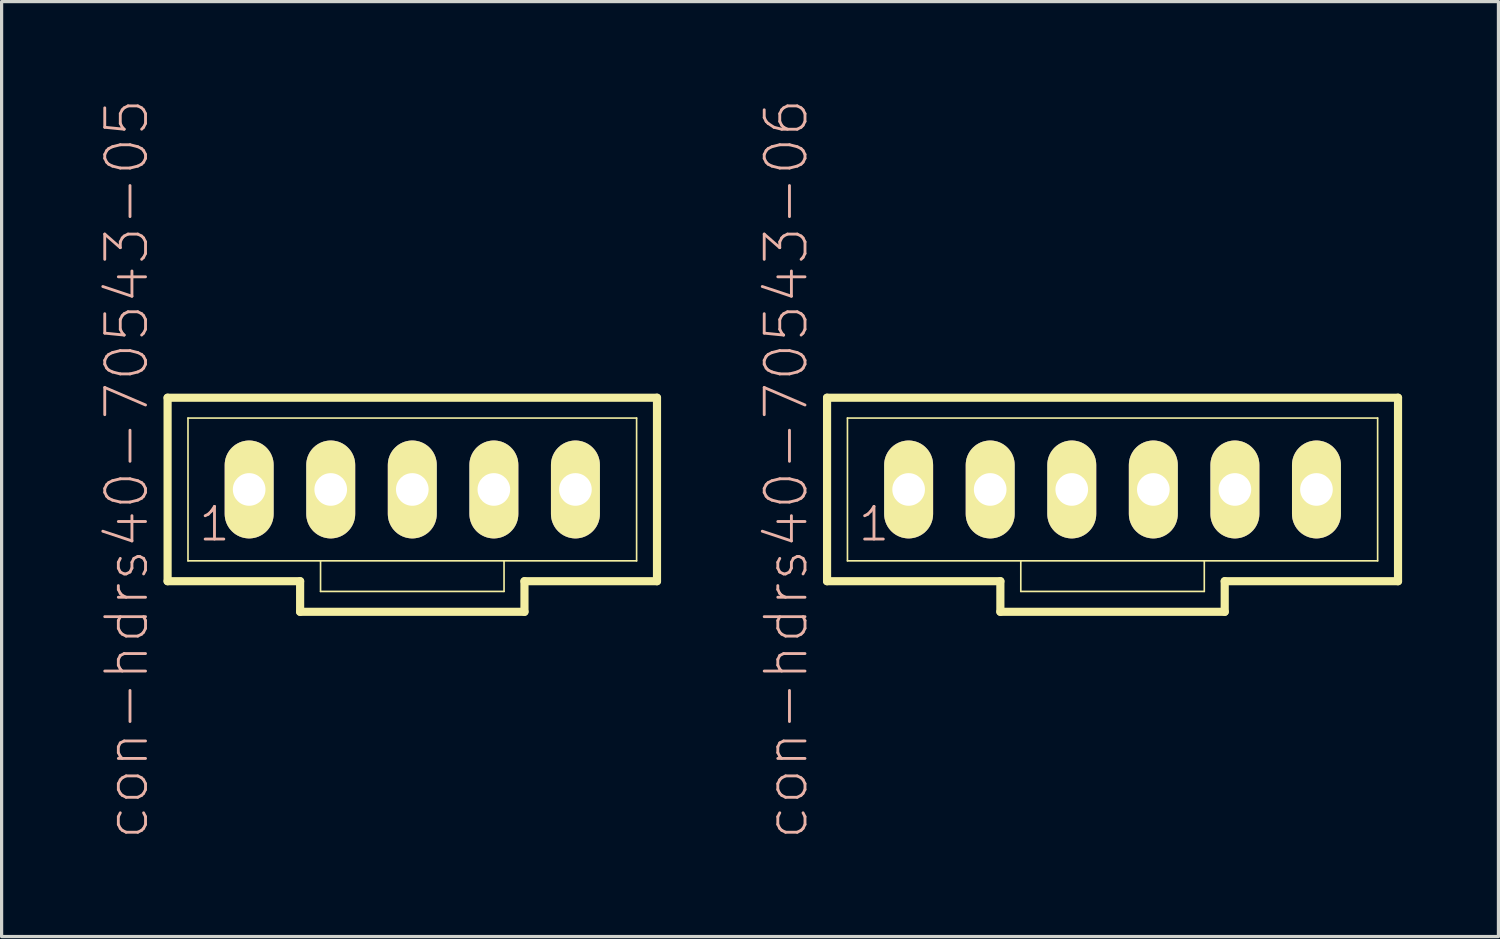
<source format=kicad_pcb>
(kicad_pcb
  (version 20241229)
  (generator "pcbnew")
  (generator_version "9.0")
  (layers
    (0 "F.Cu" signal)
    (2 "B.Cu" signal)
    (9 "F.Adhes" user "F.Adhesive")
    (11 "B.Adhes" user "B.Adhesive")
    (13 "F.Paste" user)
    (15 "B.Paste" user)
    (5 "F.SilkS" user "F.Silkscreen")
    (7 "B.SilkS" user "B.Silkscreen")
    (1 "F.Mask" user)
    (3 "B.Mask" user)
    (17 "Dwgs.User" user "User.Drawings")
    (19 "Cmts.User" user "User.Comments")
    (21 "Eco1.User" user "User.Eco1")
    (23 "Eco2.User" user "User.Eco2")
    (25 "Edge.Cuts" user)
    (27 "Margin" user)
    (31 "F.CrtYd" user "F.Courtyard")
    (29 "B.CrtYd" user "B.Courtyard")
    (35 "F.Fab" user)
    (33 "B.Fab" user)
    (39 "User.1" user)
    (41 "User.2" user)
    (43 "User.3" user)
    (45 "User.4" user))
  (footprint "con-hdrs40-70543-05"
    (layer "F.Cu")
    (at 9.789 12.192)
    (property "Reference" "con-hdrs40-70543-05" (at -8.89 -0.635 90) (layer "B.SilkS") (effects (font (size 1.27 1.27) (thickness 0.089))))
    (attr exclude_from_pos_files exclude_from_bom)
    (fp_line (start -7.62 -2.857) (end -7.62 2.857) (stroke (width 0.254) (type solid)) (layer "F.SilkS"))
    (fp_line (start -7.62 2.857) (end -3.493 2.857) (stroke (width 0.254) (type solid)) (layer "F.SilkS"))
    (fp_line (start -6.985 -2.223) (end -6.985 2.223) (stroke (width 0.051) (type solid)) (layer "F.SilkS"))
    (fp_line (start -6.985 -2.223) (end 6.985 -2.223) (stroke (width 0.051) (type solid)) (layer "F.SilkS"))
    (fp_line (start -6.985 2.223) (end -2.857 2.223) (stroke (width 0.051) (type solid)) (layer "F.SilkS"))
    (fp_line (start -5.316 -0.236) (end -4.841 -0.236) (stroke (width 0.066) (type solid)) (layer "F.SilkS"))
    (fp_line (start -5.316 0.236) (end -5.316 -0.236) (stroke (width 0.066) (type solid)) (layer "F.SilkS"))
    (fp_line (start -5.316 0.236) (end -4.841 0.236) (stroke (width 0.066) (type solid)) (layer "F.SilkS"))
    (fp_line (start -4.841 0.236) (end -4.841 -0.236) (stroke (width 0.066) (type solid)) (layer "F.SilkS"))
    (fp_line (start -3.493 2.857) (end -3.493 3.81) (stroke (width 0.254) (type solid)) (layer "F.SilkS"))
    (fp_line (start -3.493 3.81) (end 3.493 3.81) (stroke (width 0.254) (type solid)) (layer "F.SilkS"))
    (fp_line (start -2.857 2.223) (end -2.857 3.175) (stroke (width 0.051) (type solid)) (layer "F.SilkS"))
    (fp_line (start -2.857 2.223) (end 2.857 2.223) (stroke (width 0.051) (type solid)) (layer "F.SilkS"))
    (fp_line (start -2.776 -0.236) (end -2.301 -0.236) (stroke (width 0.066) (type solid)) (layer "F.SilkS"))
    (fp_line (start -2.776 0.236) (end -2.776 -0.236) (stroke (width 0.066) (type solid)) (layer "F.SilkS"))
    (fp_line (start -2.776 0.236) (end -2.301 0.236) (stroke (width 0.066) (type solid)) (layer "F.SilkS"))
    (fp_line (start -2.301 0.236) (end -2.301 -0.236) (stroke (width 0.066) (type solid)) (layer "F.SilkS"))
    (fp_line (start -0.236 -0.236) (end 0.236 -0.236) (stroke (width 0.066) (type solid)) (layer "F.SilkS"))
    (fp_line (start -0.236 0.236) (end -0.236 -0.236) (stroke (width 0.066) (type solid)) (layer "F.SilkS"))
    (fp_line (start -0.236 0.236) (end 0.236 0.236) (stroke (width 0.066) (type solid)) (layer "F.SilkS"))
    (fp_line (start 0.236 0.236) (end 0.236 -0.236) (stroke (width 0.066) (type solid)) (layer "F.SilkS"))
    (fp_line (start 2.301 -0.236) (end 2.776 -0.236) (stroke (width 0.066) (type solid)) (layer "F.SilkS"))
    (fp_line (start 2.301 0.236) (end 2.301 -0.236) (stroke (width 0.066) (type solid)) (layer "F.SilkS"))
    (fp_line (start 2.301 0.236) (end 2.776 0.236) (stroke (width 0.066) (type solid)) (layer "F.SilkS"))
    (fp_line (start 2.776 0.236) (end 2.776 -0.236) (stroke (width 0.066) (type solid)) (layer "F.SilkS"))
    (fp_line (start 2.857 2.223) (end 2.857 3.175) (stroke (width 0.051) (type solid)) (layer "F.SilkS"))
    (fp_line (start 2.857 2.223) (end 6.985 2.223) (stroke (width 0.051) (type solid)) (layer "F.SilkS"))
    (fp_line (start 2.857 3.175) (end -2.857 3.175) (stroke (width 0.051) (type solid)) (layer "F.SilkS"))
    (fp_line (start 3.493 2.857) (end 7.62 2.857) (stroke (width 0.254) (type solid)) (layer "F.SilkS"))
    (fp_line (start 3.493 3.81) (end 3.493 2.857) (stroke (width 0.254) (type solid)) (layer "F.SilkS"))
    (fp_line (start 4.841 -0.236) (end 5.316 -0.236) (stroke (width 0.066) (type solid)) (layer "F.SilkS"))
    (fp_line (start 4.841 0.236) (end 4.841 -0.236) (stroke (width 0.066) (type solid)) (layer "F.SilkS"))
    (fp_line (start 4.841 0.236) (end 5.316 0.236) (stroke (width 0.066) (type solid)) (layer "F.SilkS"))
    (fp_line (start 5.316 0.236) (end 5.316 -0.236) (stroke (width 0.066) (type solid)) (layer "F.SilkS"))
    (fp_line (start 6.985 -2.223) (end 6.985 2.223) (stroke (width 0.051) (type solid)) (layer "F.SilkS"))
    (fp_line (start 7.62 -2.857) (end -7.62 -2.857) (stroke (width 0.254) (type solid)) (layer "F.SilkS"))
    (fp_line (start 7.62 2.857) (end 7.62 -2.857) (stroke (width 0.254) (type solid)) (layer "F.SilkS"))
    (fp_text user "1" (at -6.16 1.079 0) (layer "B.SilkS") (effects (font (size 1.016 1.016) (thickness 0.089))))
    (pad "1" thru_hole oval (at -5.08 0) (size 1.524 3.048) (drill 1.016) (layers "*.Cu" "F.Mask" "F.SilkS" "F.Paste"))
    (pad "2" thru_hole oval (at -2.54 0) (size 1.524 3.048) (drill 1.016) (layers "*.Cu" "F.Mask" "F.SilkS" "F.Paste"))
    (pad "3" thru_hole oval (at 0 0) (size 1.524 3.048) (drill 1.016) (layers "*.Cu" "F.Mask" "F.SilkS" "F.Paste"))
    (pad "4" thru_hole oval (at 2.54 0) (size 1.524 3.048) (drill 1.016) (layers "*.Cu" "F.Mask" "F.SilkS" "F.Paste"))
    (pad "5" thru_hole oval (at 5.08 0) (size 1.524 3.048) (drill 1.016) (layers "*.Cu" "F.Mask" "F.SilkS" "F.Paste")))
  (footprint "con-hdrs40-70543-06"
    (layer "F.Cu")
    (at 31.595 12.192)
    (property "Reference" "con-hdrs40-70543-06" (at -10.16 -0.635 90) (layer "B.SilkS") (effects (font (size 1.27 1.27) (thickness 0.089))))
    (attr exclude_from_pos_files exclude_from_bom)
    (fp_line (start -8.89 -2.857) (end -8.89 2.857) (stroke (width 0.254) (type solid)) (layer "F.SilkS"))
    (fp_line (start -8.89 2.857) (end -3.493 2.857) (stroke (width 0.254) (type solid)) (layer "F.SilkS"))
    (fp_line (start -8.255 -2.223) (end -8.255 2.223) (stroke (width 0.051) (type solid)) (layer "F.SilkS"))
    (fp_line (start -8.255 -2.223) (end 8.255 -2.223) (stroke (width 0.051) (type solid)) (layer "F.SilkS"))
    (fp_line (start -8.255 2.223) (end -2.857 2.223) (stroke (width 0.051) (type solid)) (layer "F.SilkS"))
    (fp_line (start -6.586 -0.236) (end -6.111 -0.236) (stroke (width 0.066) (type solid)) (layer "F.SilkS"))
    (fp_line (start -6.586 0.236) (end -6.586 -0.236) (stroke (width 0.066) (type solid)) (layer "F.SilkS"))
    (fp_line (start -6.586 0.236) (end -6.111 0.236) (stroke (width 0.066) (type solid)) (layer "F.SilkS"))
    (fp_line (start -6.111 0.236) (end -6.111 -0.236) (stroke (width 0.066) (type solid)) (layer "F.SilkS"))
    (fp_line (start -4.046 -0.236) (end -3.571 -0.236) (stroke (width 0.066) (type solid)) (layer "F.SilkS"))
    (fp_line (start -4.046 0.236) (end -4.046 -0.236) (stroke (width 0.066) (type solid)) (layer "F.SilkS"))
    (fp_line (start -4.046 0.236) (end -3.571 0.236) (stroke (width 0.066) (type solid)) (layer "F.SilkS"))
    (fp_line (start -3.571 0.236) (end -3.571 -0.236) (stroke (width 0.066) (type solid)) (layer "F.SilkS"))
    (fp_line (start -3.493 2.857) (end -3.493 3.81) (stroke (width 0.254) (type solid)) (layer "F.SilkS"))
    (fp_line (start -3.493 3.81) (end 3.493 3.81) (stroke (width 0.254) (type solid)) (layer "F.SilkS"))
    (fp_line (start -2.857 2.223) (end -2.857 3.175) (stroke (width 0.051) (type solid)) (layer "F.SilkS"))
    (fp_line (start -2.857 2.223) (end 2.857 2.223) (stroke (width 0.051) (type solid)) (layer "F.SilkS"))
    (fp_line (start -1.506 -0.236) (end -1.031 -0.236) (stroke (width 0.066) (type solid)) (layer "F.SilkS"))
    (fp_line (start -1.506 0.236) (end -1.506 -0.236) (stroke (width 0.066) (type solid)) (layer "F.SilkS"))
    (fp_line (start -1.506 0.236) (end -1.031 0.236) (stroke (width 0.066) (type solid)) (layer "F.SilkS"))
    (fp_line (start -1.031 0.236) (end -1.031 -0.236) (stroke (width 0.066) (type solid)) (layer "F.SilkS"))
    (fp_line (start 1.031 -0.236) (end 1.506 -0.236) (stroke (width 0.066) (type solid)) (layer "F.SilkS"))
    (fp_line (start 1.031 0.236) (end 1.031 -0.236) (stroke (width 0.066) (type solid)) (layer "F.SilkS"))
    (fp_line (start 1.031 0.236) (end 1.506 0.236) (stroke (width 0.066) (type solid)) (layer "F.SilkS"))
    (fp_line (start 1.506 0.236) (end 1.506 -0.236) (stroke (width 0.066) (type solid)) (layer "F.SilkS"))
    (fp_line (start 2.857 2.223) (end 2.857 3.175) (stroke (width 0.051) (type solid)) (layer "F.SilkS"))
    (fp_line (start 2.857 2.223) (end 8.255 2.223) (stroke (width 0.051) (type solid)) (layer "F.SilkS"))
    (fp_line (start 2.857 3.175) (end -2.857 3.175) (stroke (width 0.051) (type solid)) (layer "F.SilkS"))
    (fp_line (start 3.493 2.857) (end 8.89 2.857) (stroke (width 0.254) (type solid)) (layer "F.SilkS"))
    (fp_line (start 3.493 3.81) (end 3.493 2.857) (stroke (width 0.254) (type solid)) (layer "F.SilkS"))
    (fp_line (start 3.571 -0.236) (end 4.046 -0.236) (stroke (width 0.066) (type solid)) (layer "F.SilkS"))
    (fp_line (start 3.571 0.236) (end 3.571 -0.236) (stroke (width 0.066) (type solid)) (layer "F.SilkS"))
    (fp_line (start 3.571 0.236) (end 4.046 0.236) (stroke (width 0.066) (type solid)) (layer "F.SilkS"))
    (fp_line (start 4.046 0.236) (end 4.046 -0.236) (stroke (width 0.066) (type solid)) (layer "F.SilkS"))
    (fp_line (start 6.111 -0.236) (end 6.586 -0.236) (stroke (width 0.066) (type solid)) (layer "F.SilkS"))
    (fp_line (start 6.111 0.236) (end 6.111 -0.236) (stroke (width 0.066) (type solid)) (layer "F.SilkS"))
    (fp_line (start 6.111 0.236) (end 6.586 0.236) (stroke (width 0.066) (type solid)) (layer "F.SilkS"))
    (fp_line (start 6.586 0.236) (end 6.586 -0.236) (stroke (width 0.066) (type solid)) (layer "F.SilkS"))
    (fp_line (start 8.255 -2.223) (end 8.255 2.223) (stroke (width 0.051) (type solid)) (layer "F.SilkS"))
    (fp_line (start 8.89 -2.857) (end -8.89 -2.857) (stroke (width 0.254) (type solid)) (layer "F.SilkS"))
    (fp_line (start 8.89 2.857) (end 8.89 -2.857) (stroke (width 0.254) (type solid)) (layer "F.SilkS"))
    (fp_text user "1" (at -7.429 1.079 0) (layer "B.SilkS") (effects (font (size 1.016 1.016) (thickness 0.089))))
    (pad "1" thru_hole oval (at -6.35 0) (size 1.524 3.048) (drill 1.016) (layers "*.Cu" "F.Mask" "F.SilkS" "F.Paste"))
    (pad "2" thru_hole oval (at -3.81 0) (size 1.524 3.048) (drill 1.016) (layers "*.Cu" "F.Mask" "F.SilkS" "F.Paste"))
    (pad "3" thru_hole oval (at -1.27 0) (size 1.524 3.048) (drill 1.016) (layers "*.Cu" "F.Mask" "F.SilkS" "F.Paste"))
    (pad "4" thru_hole oval (at 1.27 0) (size 1.524 3.048) (drill 1.016) (layers "*.Cu" "F.Mask" "F.SilkS" "F.Paste"))
    (pad "5" thru_hole oval (at 3.81 0) (size 1.524 3.048) (drill 1.016) (layers "*.Cu" "F.Mask" "F.SilkS" "F.Paste"))
    (pad "6" thru_hole oval (at 6.35 0) (size 1.524 3.048) (drill 1.016) (layers "*.Cu" "F.Mask" "F.SilkS" "F.Paste")))
  (gr_rect
    (start -3 -3)
    (end 43.612 26.115)
    (stroke (width 0.1) (type default))
    (fill no)
    (layer "Edge.Cuts")))
</source>
